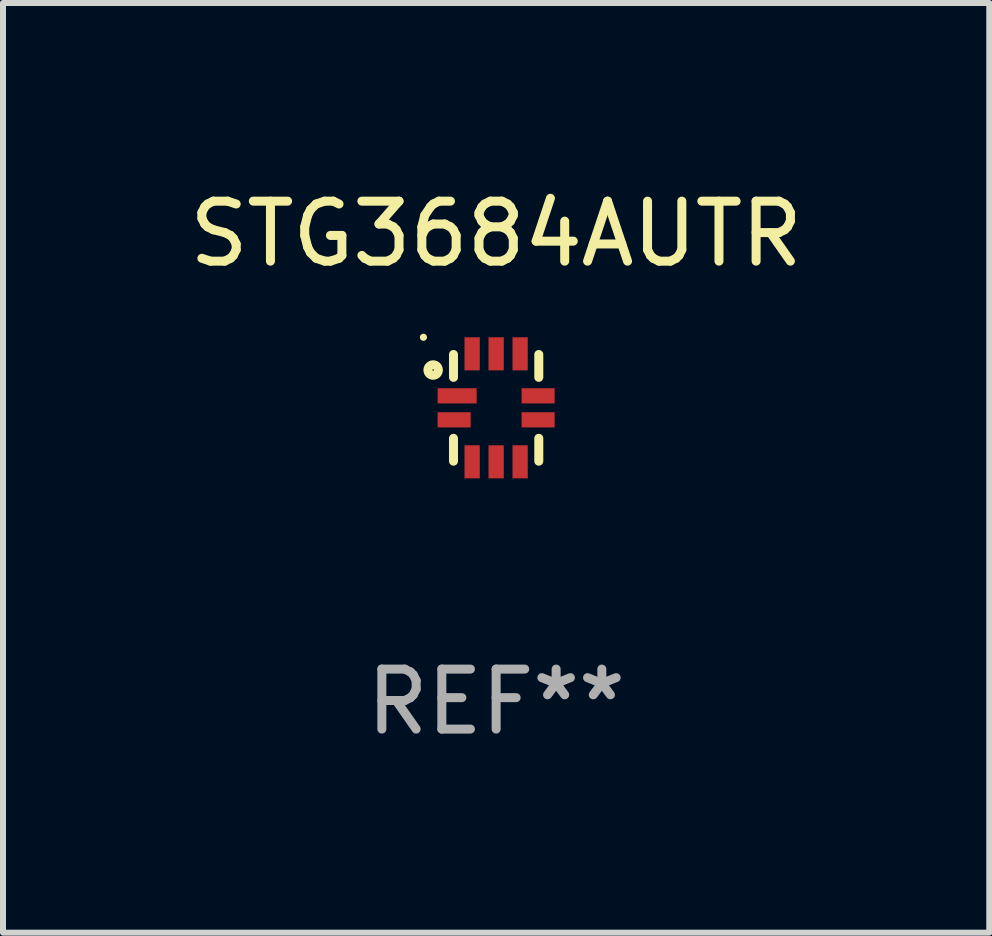
<source format=kicad_pcb>
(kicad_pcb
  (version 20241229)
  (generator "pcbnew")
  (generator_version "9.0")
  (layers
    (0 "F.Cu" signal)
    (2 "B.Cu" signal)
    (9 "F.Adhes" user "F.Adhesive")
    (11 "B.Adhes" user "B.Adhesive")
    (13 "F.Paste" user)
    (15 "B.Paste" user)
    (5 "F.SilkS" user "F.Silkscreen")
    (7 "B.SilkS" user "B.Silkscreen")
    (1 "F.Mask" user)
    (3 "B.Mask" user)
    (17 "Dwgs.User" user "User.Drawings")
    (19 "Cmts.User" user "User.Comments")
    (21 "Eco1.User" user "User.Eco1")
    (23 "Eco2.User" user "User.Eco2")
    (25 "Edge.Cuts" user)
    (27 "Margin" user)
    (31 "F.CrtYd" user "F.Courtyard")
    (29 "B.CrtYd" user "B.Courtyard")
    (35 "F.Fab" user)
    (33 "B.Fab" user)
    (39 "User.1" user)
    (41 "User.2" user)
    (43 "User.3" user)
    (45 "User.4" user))
  (footprint "STG3684AUTR"
    (layer "F.Cu")
    (at 5.22 3.748)
    (property "Reference" "STG3684AUTR" (at 0 -2.9 0) (layer "F.SilkS") (effects (font (size 1 1) (thickness 0.15))))
    (attr through_hole)
    (fp_line (start -0.711 -0.889) (end -0.711 -0.508) (stroke (width 0.15) (type solid)) (layer "F.SilkS"))
    (fp_line (start -0.711 0.508) (end -0.711 0.889) (stroke (width 0.15) (type solid)) (layer "F.SilkS"))
    (fp_line (start 0.711 -0.889) (end 0.711 -0.508) (stroke (width 0.15) (type solid)) (layer "F.SilkS"))
    (fp_line (start 0.711 0.508) (end 0.711 0.889) (stroke (width 0.15) (type solid)) (layer "F.SilkS"))
    (fp_circle (center -1.212 -1.176) (end -1.182 -1.176) (stroke (width 0.06) (type solid)) (fill no) (layer "F.SilkS"))
    (fp_circle (center -1.05 -0.63) (end -0.963 -0.63) (stroke (width 0.15) (type solid)) (fill no) (layer "F.SilkS"))
    (fp_text user "REF**" (at 0 4.9 0) (layer "F.Fab") (effects (font (size 1 1) (thickness 0.15))))
    (pad "1" smd rect (at -0.65 -0.2 90) (size 0.254 0.65) (layers "F.Cu" "F.Mask" "F.Paste"))
    (pad "2" smd rect (at -0.7 0.2 90) (size 0.254 0.551) (layers "F.Cu" "F.Mask" "F.Paste"))
    (pad "3" smd rect (at -0.4 0.9) (size 0.254 0.551) (layers "F.Cu" "F.Mask" "F.Paste"))
    (pad "4" smd rect (at 0 0.9) (size 0.254 0.551) (layers "F.Cu" "F.Mask" "F.Paste"))
    (pad "5" smd rect (at 0.4 0.9) (size 0.254 0.551) (layers "F.Cu" "F.Mask" "F.Paste"))
    (pad "6" smd rect (at 0.7 0.2 90) (size 0.254 0.551) (layers "F.Cu" "F.Mask" "F.Paste"))
    (pad "7" smd rect (at 0.7 -0.2 90) (size 0.254 0.551) (layers "F.Cu" "F.Mask" "F.Paste"))
    (pad "8" smd rect (at 0.4 -0.9) (size 0.254 0.551) (layers "F.Cu" "F.Mask" "F.Paste"))
    (pad "9" smd rect (at 0 -0.9) (size 0.254 0.551) (layers "F.Cu" "F.Mask" "F.Paste"))
    (pad "10" smd rect (at -0.4 -0.9) (size 0.254 0.551) (layers "F.Cu" "F.Mask" "F.Paste")))
  (gr_rect
    (start -3 -3)
    (end 13.44 12.496)
    (stroke (width 0.1) (type default))
    (fill no)
    (layer "Edge.Cuts")))
</source>
